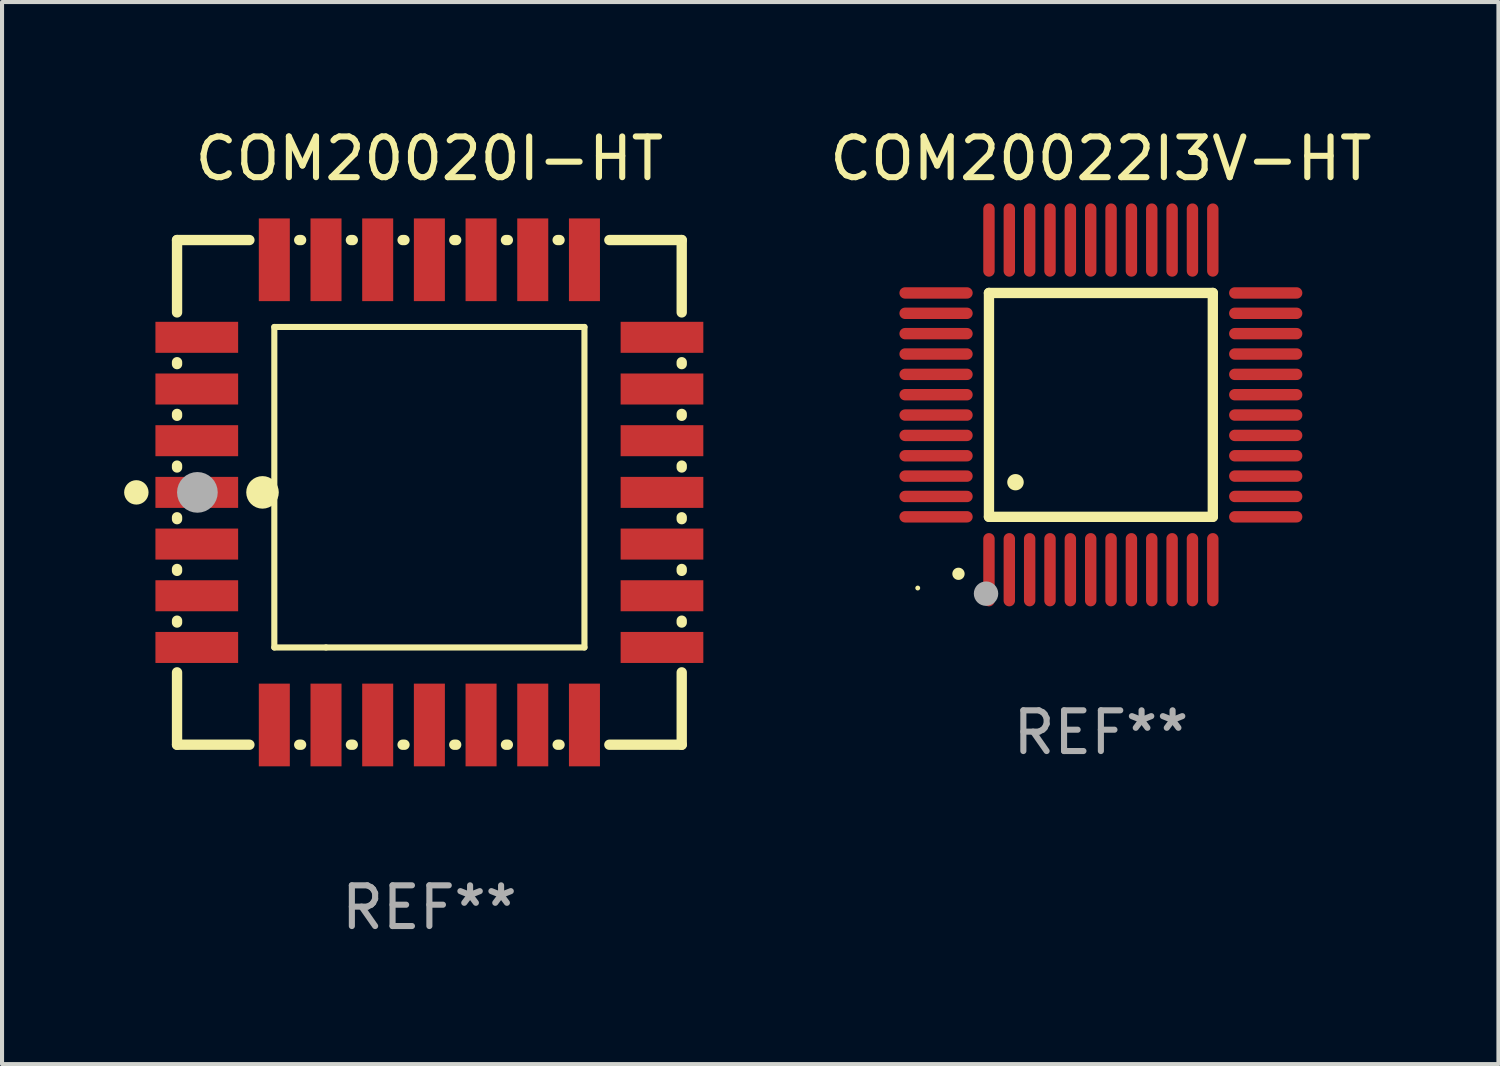
<source format=kicad_pcb>
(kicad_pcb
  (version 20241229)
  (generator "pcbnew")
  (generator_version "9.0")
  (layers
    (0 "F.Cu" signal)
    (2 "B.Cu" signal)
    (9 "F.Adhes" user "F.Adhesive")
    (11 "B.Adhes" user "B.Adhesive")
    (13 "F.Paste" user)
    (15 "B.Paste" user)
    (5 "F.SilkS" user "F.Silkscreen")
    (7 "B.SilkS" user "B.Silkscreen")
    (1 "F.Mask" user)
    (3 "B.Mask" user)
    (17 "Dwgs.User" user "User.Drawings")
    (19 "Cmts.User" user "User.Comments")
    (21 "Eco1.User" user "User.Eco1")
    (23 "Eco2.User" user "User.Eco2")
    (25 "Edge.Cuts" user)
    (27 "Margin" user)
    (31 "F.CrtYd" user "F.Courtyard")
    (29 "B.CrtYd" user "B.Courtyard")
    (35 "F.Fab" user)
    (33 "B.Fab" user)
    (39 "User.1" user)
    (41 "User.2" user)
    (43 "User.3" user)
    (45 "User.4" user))
  (footprint "COM20022I3V-HT"
    (layer "F.Cu")
    (at 23.999 6.898)
    (property "Reference" "COM20022I3V-HT" (at 0 -6.05 0) (layer "F.SilkS") (effects (font (size 1 1) (thickness 0.15))))
    (attr through_hole)
    (fp_line (start -2.75 -2.75) (end 2.75 -2.75) (stroke (width 0.254) (type solid)) (layer "F.SilkS"))
    (fp_line (start -2.75 2.75) (end -2.75 -2.75) (stroke (width 0.254) (type solid)) (layer "F.SilkS"))
    (fp_line (start 2.75 -2.75) (end 2.75 2.75) (stroke (width 0.254) (type solid)) (layer "F.SilkS"))
    (fp_line (start 2.75 2.75) (end -2.75 2.75) (stroke (width 0.254) (type solid)) (layer "F.SilkS"))
    (fp_arc (start -3.500127 4.150368) (mid -3.498857 4.150363) (end -3.497587 4.150368) (stroke (width 0.3) (type solid)) (layer "F.SilkS"))
    (fp_arc (start -2.100584 1.899924) (mid -2.098044 1.899908) (end -2.095504 1.899924) (stroke (width 0.4) (type solid)) (layer "F.SilkS"))
    (fp_circle (center -4.5 4.5) (end -4.47 4.5) (stroke (width 0.06) (type solid)) (fill no) (layer "F.SilkS"))
    (fp_circle (center -2.822 4.638) (end -2.672 4.638) (stroke (width 0.3) (type solid)) (fill no) (layer "F.Fab"))
    (fp_text user "REF**" (at 0 8.05 0) (layer "F.Fab") (effects (font (size 1 1) (thickness 0.15))))
    (pad "1" smd oval (at -2.75 4.05) (size 0.28 1.8) (layers "F.Cu" "F.Mask" "F.Paste"))
    (pad "2" smd oval (at -2.25 4.05) (size 0.28 1.8) (layers "F.Cu" "F.Mask" "F.Paste"))
    (pad "3" smd oval (at -1.75 4.05) (size 0.28 1.8) (layers "F.Cu" "F.Mask" "F.Paste"))
    (pad "4" smd oval (at -1.25 4.05) (size 0.28 1.8) (layers "F.Cu" "F.Mask" "F.Paste"))
    (pad "5" smd oval (at -0.75 4.05) (size 0.28 1.8) (layers "F.Cu" "F.Mask" "F.Paste"))
    (pad "6" smd oval (at -0.25 4.05) (size 0.28 1.8) (layers "F.Cu" "F.Mask" "F.Paste"))
    (pad "7" smd oval (at 0.25 4.05) (size 0.28 1.8) (layers "F.Cu" "F.Mask" "F.Paste"))
    (pad "8" smd oval (at 0.75 4.05) (size 0.28 1.8) (layers "F.Cu" "F.Mask" "F.Paste"))
    (pad "9" smd oval (at 1.25 4.05) (size 0.28 1.8) (layers "F.Cu" "F.Mask" "F.Paste"))
    (pad "10" smd oval (at 1.75 4.05) (size 0.28 1.8) (layers "F.Cu" "F.Mask" "F.Paste"))
    (pad "11" smd oval (at 2.25 4.05) (size 0.28 1.8) (layers "F.Cu" "F.Mask" "F.Paste"))
    (pad "12" smd oval (at 2.75 4.05) (size 0.28 1.8) (layers "F.Cu" "F.Mask" "F.Paste"))
    (pad "13" smd oval (at 4.05 2.75) (size 1.8 0.28) (layers "F.Cu" "F.Mask" "F.Paste"))
    (pad "14" smd oval (at 4.05 2.25) (size 1.8 0.28) (layers "F.Cu" "F.Mask" "F.Paste"))
    (pad "15" smd oval (at 4.05 1.75) (size 1.8 0.28) (layers "F.Cu" "F.Mask" "F.Paste"))
    (pad "16" smd oval (at 4.05 1.25) (size 1.8 0.28) (layers "F.Cu" "F.Mask" "F.Paste"))
    (pad "17" smd oval (at 4.05 0.75) (size 1.8 0.28) (layers "F.Cu" "F.Mask" "F.Paste"))
    (pad "18" smd oval (at 4.05 0.25) (size 1.8 0.28) (layers "F.Cu" "F.Mask" "F.Paste"))
    (pad "19" smd oval (at 4.05 -0.25) (size 1.8 0.28) (layers "F.Cu" "F.Mask" "F.Paste"))
    (pad "20" smd oval (at 4.05 -0.75) (size 1.8 0.28) (layers "F.Cu" "F.Mask" "F.Paste"))
    (pad "21" smd oval (at 4.05 -1.25) (size 1.8 0.28) (layers "F.Cu" "F.Mask" "F.Paste"))
    (pad "22" smd oval (at 4.05 -1.75) (size 1.8 0.28) (layers "F.Cu" "F.Mask" "F.Paste"))
    (pad "23" smd oval (at 4.05 -2.25) (size 1.8 0.28) (layers "F.Cu" "F.Mask" "F.Paste"))
    (pad "24" smd oval (at 4.05 -2.75) (size 1.8 0.28) (layers "F.Cu" "F.Mask" "F.Paste"))
    (pad "25" smd oval (at 2.75 -4.05) (size 0.28 1.8) (layers "F.Cu" "F.Mask" "F.Paste"))
    (pad "26" smd oval (at 2.25 -4.05) (size 0.28 1.8) (layers "F.Cu" "F.Mask" "F.Paste"))
    (pad "27" smd oval (at 1.75 -4.05) (size 0.28 1.8) (layers "F.Cu" "F.Mask" "F.Paste"))
    (pad "28" smd oval (at 1.25 -4.05) (size 0.28 1.8) (layers "F.Cu" "F.Mask" "F.Paste"))
    (pad "29" smd oval (at 0.75 -4.05) (size 0.28 1.8) (layers "F.Cu" "F.Mask" "F.Paste"))
    (pad "30" smd oval (at 0.25 -4.05) (size 0.28 1.8) (layers "F.Cu" "F.Mask" "F.Paste"))
    (pad "31" smd oval (at -0.25 -4.05) (size 0.28 1.8) (layers "F.Cu" "F.Mask" "F.Paste"))
    (pad "32" smd oval (at -0.75 -4.05) (size 0.28 1.8) (layers "F.Cu" "F.Mask" "F.Paste"))
    (pad "33" smd oval (at -1.25 -4.05) (size 0.28 1.8) (layers "F.Cu" "F.Mask" "F.Paste"))
    (pad "34" smd oval (at -1.75 -4.05) (size 0.28 1.8) (layers "F.Cu" "F.Mask" "F.Paste"))
    (pad "35" smd oval (at -2.25 -4.05) (size 0.28 1.8) (layers "F.Cu" "F.Mask" "F.Paste"))
    (pad "36" smd oval (at -2.75 -4.05) (size 0.28 1.8) (layers "F.Cu" "F.Mask" "F.Paste"))
    (pad "37" smd oval (at -4.05 -2.75) (size 1.8 0.28) (layers "F.Cu" "F.Mask" "F.Paste"))
    (pad "38" smd oval (at -4.05 -2.25) (size 1.8 0.28) (layers "F.Cu" "F.Mask" "F.Paste"))
    (pad "39" smd oval (at -4.05 -1.75) (size 1.8 0.28) (layers "F.Cu" "F.Mask" "F.Paste"))
    (pad "40" smd oval (at -4.05 -1.25) (size 1.8 0.28) (layers "F.Cu" "F.Mask" "F.Paste"))
    (pad "41" smd oval (at -4.05 -0.75) (size 1.8 0.28) (layers "F.Cu" "F.Mask" "F.Paste"))
    (pad "42" smd oval (at -4.05 -0.25) (size 1.8 0.28) (layers "F.Cu" "F.Mask" "F.Paste"))
    (pad "43" smd oval (at -4.05 0.25) (size 1.8 0.28) (layers "F.Cu" "F.Mask" "F.Paste"))
    (pad "44" smd oval (at -4.05 0.75) (size 1.8 0.28) (layers "F.Cu" "F.Mask" "F.Paste"))
    (pad "45" smd oval (at -4.05 1.25) (size 1.8 0.28) (layers "F.Cu" "F.Mask" "F.Paste"))
    (pad "46" smd oval (at -4.05 1.75) (size 1.8 0.28) (layers "F.Cu" "F.Mask" "F.Paste"))
    (pad "47" smd oval (at -4.05 2.25) (size 1.8 0.28) (layers "F.Cu" "F.Mask" "F.Paste"))
    (pad "48" smd oval (at -4.05 2.75) (size 1.8 0.28) (layers "F.Cu" "F.Mask" "F.Paste")))
  (footprint "COM20020I-HT"
    (layer "F.Cu")
    (at 7.5 9.048)
    (property "Reference" "COM20020I-HT" (at 0 -8.2 0) (layer "F.SilkS") (effects (font (size 1 1) (thickness 0.15))))
    (attr through_hole)
    (fp_line (start -6.2 -6.2) (end -4.422 -6.2) (stroke (width 0.254) (type solid)) (layer "F.SilkS"))
    (fp_line (start -6.2 -4.422) (end -6.2 -6.2) (stroke (width 0.254) (type solid)) (layer "F.SilkS"))
    (fp_line (start -6.2 -3.152) (end -6.2 -3.198) (stroke (width 0.254) (type solid)) (layer "F.SilkS"))
    (fp_line (start -6.2 -1.882) (end -6.2 -1.928) (stroke (width 0.254) (type solid)) (layer "F.SilkS"))
    (fp_line (start -6.2 -0.612) (end -6.2 -0.658) (stroke (width 0.254) (type solid)) (layer "F.SilkS"))
    (fp_line (start -6.2 0.658) (end -6.2 0.612) (stroke (width 0.254) (type solid)) (layer "F.SilkS"))
    (fp_line (start -6.2 1.928) (end -6.2 1.882) (stroke (width 0.254) (type solid)) (layer "F.SilkS"))
    (fp_line (start -6.2 3.198) (end -6.2 3.152) (stroke (width 0.254) (type solid)) (layer "F.SilkS"))
    (fp_line (start -6.2 6.2) (end -6.2 4.422) (stroke (width 0.254) (type solid)) (layer "F.SilkS"))
    (fp_line (start -4.422 6.2) (end -6.2 6.2) (stroke (width 0.254) (type solid)) (layer "F.SilkS"))
    (fp_line (start -3.81 -4.064) (end 3.81 -4.064) (stroke (width 0.15) (type solid)) (layer "F.SilkS"))
    (fp_line (start -3.81 3.81) (end -3.81 -4.064) (stroke (width 0.15) (type solid)) (layer "F.SilkS"))
    (fp_line (start -3.198 -6.2) (end -3.152 -6.2) (stroke (width 0.254) (type solid)) (layer "F.SilkS"))
    (fp_line (start -3.152 6.2) (end -3.198 6.2) (stroke (width 0.254) (type solid)) (layer "F.SilkS"))
    (fp_line (start -2.54 3.81) (end -3.81 3.81) (stroke (width 0.15) (type solid)) (layer "F.SilkS"))
    (fp_line (start -1.928 -6.2) (end -1.882 -6.2) (stroke (width 0.254) (type solid)) (layer "F.SilkS"))
    (fp_line (start -1.882 6.2) (end -1.928 6.2) (stroke (width 0.254) (type solid)) (layer "F.SilkS"))
    (fp_line (start -0.658 -6.2) (end -0.612 -6.2) (stroke (width 0.254) (type solid)) (layer "F.SilkS"))
    (fp_line (start -0.612 6.2) (end -0.658 6.2) (stroke (width 0.254) (type solid)) (layer "F.SilkS"))
    (fp_line (start 0.612 -6.2) (end 0.658 -6.2) (stroke (width 0.254) (type solid)) (layer "F.SilkS"))
    (fp_line (start 0.658 6.2) (end 0.612 6.2) (stroke (width 0.254) (type solid)) (layer "F.SilkS"))
    (fp_line (start 1.882 -6.2) (end 1.928 -6.2) (stroke (width 0.254) (type solid)) (layer "F.SilkS"))
    (fp_line (start 1.928 6.2) (end 1.882 6.2) (stroke (width 0.254) (type solid)) (layer "F.SilkS"))
    (fp_line (start 3.152 -6.2) (end 3.198 -6.2) (stroke (width 0.254) (type solid)) (layer "F.SilkS"))
    (fp_line (start 3.198 6.2) (end 3.152 6.2) (stroke (width 0.254) (type solid)) (layer "F.SilkS"))
    (fp_line (start 3.81 -4.064) (end 3.81 3.81) (stroke (width 0.15) (type solid)) (layer "F.SilkS"))
    (fp_line (start 3.81 3.81) (end -2.54 3.81) (stroke (width 0.15) (type solid)) (layer "F.SilkS"))
    (fp_line (start 4.422 -6.2) (end 6.2 -6.2) (stroke (width 0.254) (type solid)) (layer "F.SilkS"))
    (fp_line (start 6.2 -6.2) (end 6.2 -4.422) (stroke (width 0.254) (type solid)) (layer "F.SilkS"))
    (fp_line (start 6.2 -3.198) (end 6.2 -3.152) (stroke (width 0.254) (type solid)) (layer "F.SilkS"))
    (fp_line (start 6.2 -1.928) (end 6.2 -1.882) (stroke (width 0.254) (type solid)) (layer "F.SilkS"))
    (fp_line (start 6.2 -0.658) (end 6.2 -0.612) (stroke (width 0.254) (type solid)) (layer "F.SilkS"))
    (fp_line (start 6.2 0.612) (end 6.2 0.658) (stroke (width 0.254) (type solid)) (layer "F.SilkS"))
    (fp_line (start 6.2 1.882) (end 6.2 1.928) (stroke (width 0.254) (type solid)) (layer "F.SilkS"))
    (fp_line (start 6.2 3.152) (end 6.2 3.198) (stroke (width 0.254) (type solid)) (layer "F.SilkS"))
    (fp_line (start 6.2 4.422) (end 6.2 6.2) (stroke (width 0.254) (type solid)) (layer "F.SilkS"))
    (fp_line (start 6.2 6.2) (end 4.422 6.2) (stroke (width 0.254) (type solid)) (layer "F.SilkS"))
    (fp_circle (center -7.2 0) (end -7.05 0) (stroke (width 0.3) (type solid)) (fill no) (layer "F.SilkS"))
    (fp_circle (center -6.223 6.223) (end -6.193 6.223) (stroke (width 0.06) (type solid)) (fill no) (layer "F.SilkS"))
    (fp_circle (center -4.1 0) (end -3.9 0) (stroke (width 0.4) (type solid)) (fill no) (layer "F.SilkS"))
    (fp_circle (center -5.7 0) (end -5.45 0) (stroke (width 0.5) (type solid)) (fill no) (layer "F.Fab"))
    (fp_text user "REF**" (at 0 10.2 0) (layer "F.Fab") (effects (font (size 1 1) (thickness 0.15))))
    (pad "1" smd rect (at -5.715 0) (size 2.032 0.762) (layers "F.Cu" "F.Mask" "F.Paste"))
    (pad "2" smd rect (at -5.715 1.27) (size 2.032 0.762) (layers "F.Cu" "F.Mask" "F.Paste"))
    (pad "3" smd rect (at -5.715 2.54) (size 2.032 0.762) (layers "F.Cu" "F.Mask" "F.Paste"))
    (pad "4" smd rect (at -5.715 3.81) (size 2.032 0.762) (layers "F.Cu" "F.Mask" "F.Paste"))
    (pad "5" smd rect (at -3.81 5.715) (size 0.762 2.032) (layers "F.Cu" "F.Mask" "F.Paste"))
    (pad "6" smd rect (at -2.54 5.715) (size 0.762 2.032) (layers "F.Cu" "F.Mask" "F.Paste"))
    (pad "7" smd rect (at -1.27 5.715) (size 0.762 2.032) (layers "F.Cu" "F.Mask" "F.Paste"))
    (pad "8" smd rect (at 0 5.715) (size 0.762 2.032) (layers "F.Cu" "F.Mask" "F.Paste"))
    (pad "9" smd rect (at 1.27 5.715) (size 0.762 2.032) (layers "F.Cu" "F.Mask" "F.Paste"))
    (pad "10" smd rect (at 2.54 5.715) (size 0.762 2.032) (layers "F.Cu" "F.Mask" "F.Paste"))
    (pad "11" smd rect (at 3.81 5.715) (size 0.762 2.032) (layers "F.Cu" "F.Mask" "F.Paste"))
    (pad "12" smd rect (at 5.715 3.81) (size 2.032 0.762) (layers "F.Cu" "F.Mask" "F.Paste"))
    (pad "13" smd rect (at 5.715 2.54) (size 2.032 0.762) (layers "F.Cu" "F.Mask" "F.Paste"))
    (pad "14" smd rect (at 5.715 1.27) (size 2.032 0.762) (layers "F.Cu" "F.Mask" "F.Paste"))
    (pad "15" smd rect (at 5.715 0) (size 2.032 0.762) (layers "F.Cu" "F.Mask" "F.Paste"))
    (pad "16" smd rect (at 5.715 -1.27) (size 2.032 0.762) (layers "F.Cu" "F.Mask" "F.Paste"))
    (pad "17" smd rect (at 5.715 -2.54) (size 2.032 0.762) (layers "F.Cu" "F.Mask" "F.Paste"))
    (pad "18" smd rect (at 5.715 -3.81) (size 2.032 0.762) (layers "F.Cu" "F.Mask" "F.Paste"))
    (pad "19" smd rect (at 3.81 -5.715) (size 0.762 2.032) (layers "F.Cu" "F.Mask" "F.Paste"))
    (pad "20" smd rect (at 2.54 -5.715) (size 0.762 2.032) (layers "F.Cu" "F.Mask" "F.Paste"))
    (pad "21" smd rect (at 1.27 -5.715) (size 0.762 2.032) (layers "F.Cu" "F.Mask" "F.Paste"))
    (pad "22" smd rect (at 0 -5.715) (size 0.762 2.032) (layers "F.Cu" "F.Mask" "F.Paste"))
    (pad "23" smd rect (at -1.27 -5.715) (size 0.762 2.032) (layers "F.Cu" "F.Mask" "F.Paste"))
    (pad "24" smd rect (at -2.54 -5.715) (size 0.762 2.032) (layers "F.Cu" "F.Mask" "F.Paste"))
    (pad "25" smd rect (at -3.81 -5.715) (size 0.762 2.032) (layers "F.Cu" "F.Mask" "F.Paste"))
    (pad "26" smd rect (at -5.715 -3.81) (size 2.032 0.762) (layers "F.Cu" "F.Mask" "F.Paste"))
    (pad "27" smd rect (at -5.715 -2.54) (size 2.032 0.762) (layers "F.Cu" "F.Mask" "F.Paste"))
    (pad "28" smd rect (at -5.715 -1.27) (size 2.032 0.762) (layers "F.Cu" "F.Mask" "F.Paste")))
  (gr_rect
    (start -3 -3)
    (end 33.767 23.096)
    (stroke (width 0.1) (type default))
    (fill no)
    (layer "Edge.Cuts")))
</source>
